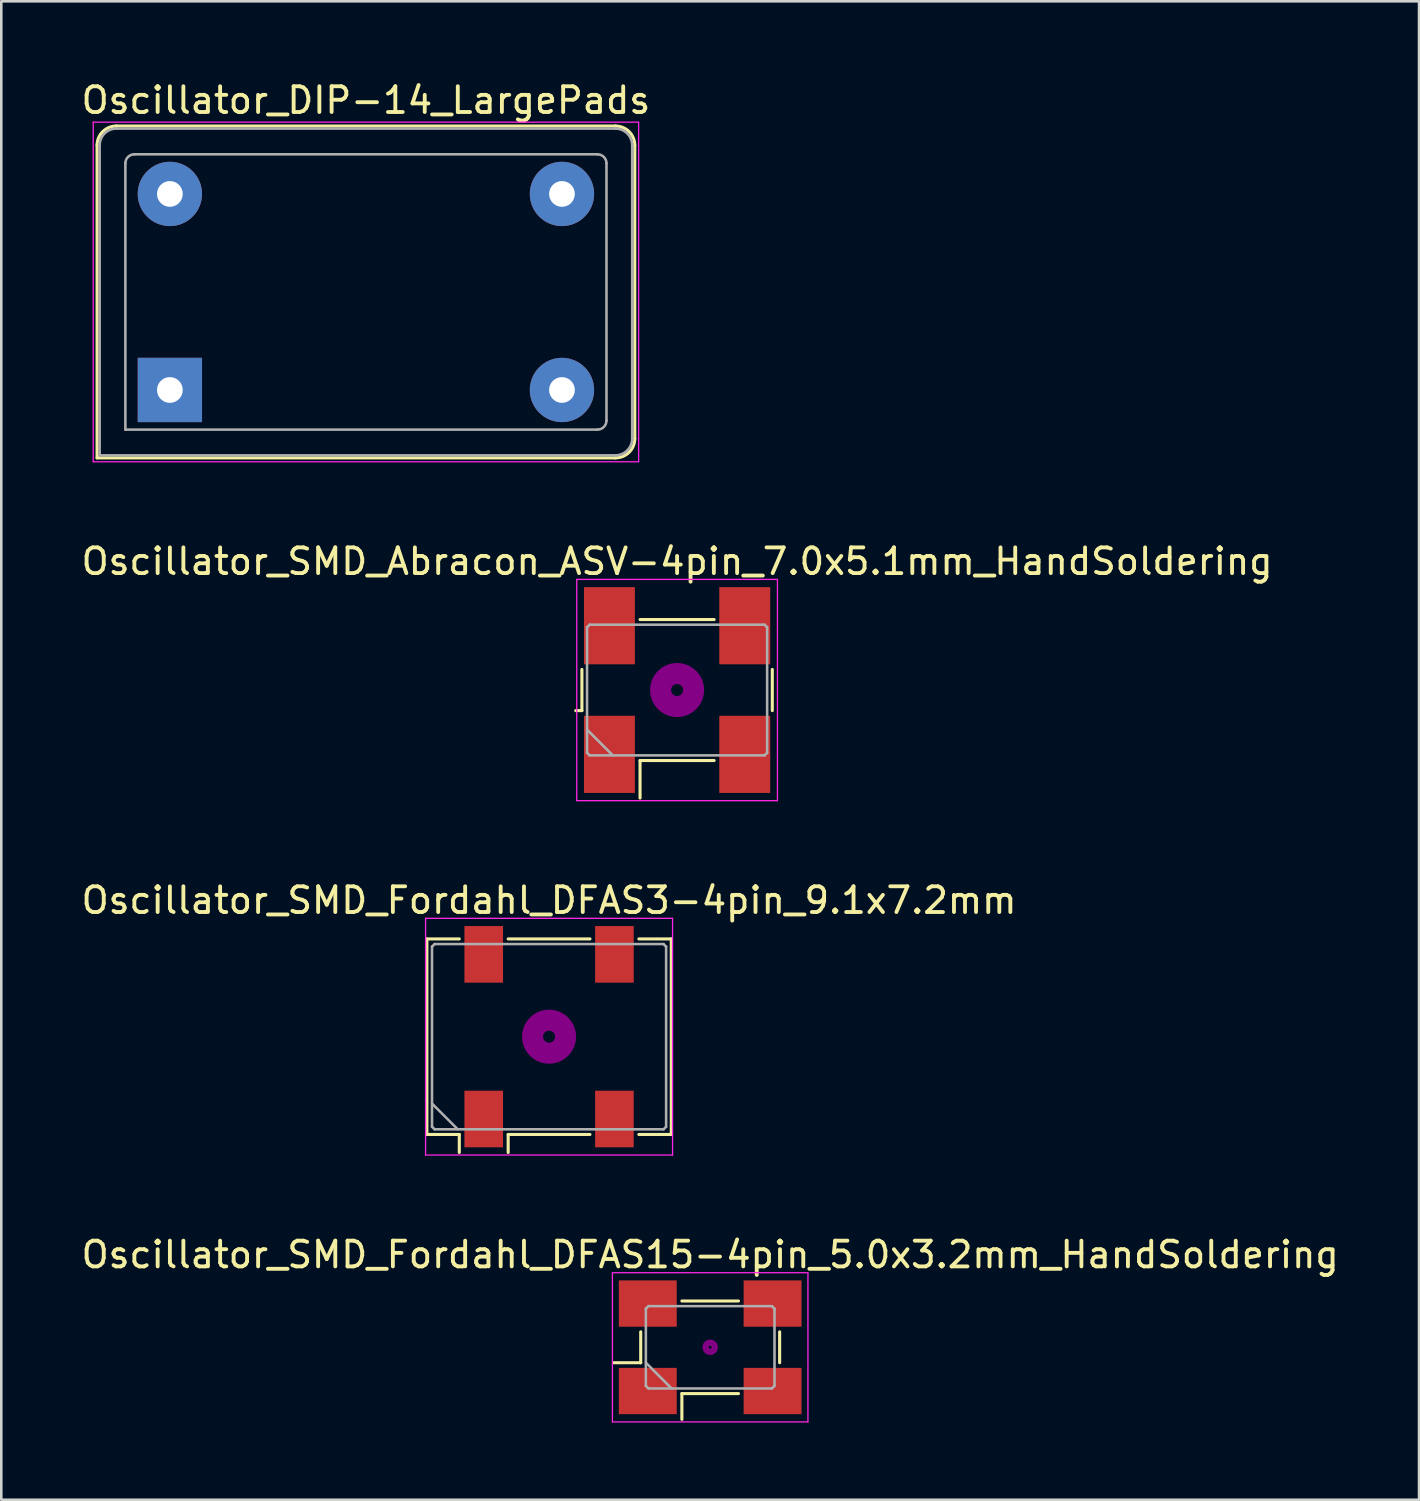
<source format=kicad_pcb>
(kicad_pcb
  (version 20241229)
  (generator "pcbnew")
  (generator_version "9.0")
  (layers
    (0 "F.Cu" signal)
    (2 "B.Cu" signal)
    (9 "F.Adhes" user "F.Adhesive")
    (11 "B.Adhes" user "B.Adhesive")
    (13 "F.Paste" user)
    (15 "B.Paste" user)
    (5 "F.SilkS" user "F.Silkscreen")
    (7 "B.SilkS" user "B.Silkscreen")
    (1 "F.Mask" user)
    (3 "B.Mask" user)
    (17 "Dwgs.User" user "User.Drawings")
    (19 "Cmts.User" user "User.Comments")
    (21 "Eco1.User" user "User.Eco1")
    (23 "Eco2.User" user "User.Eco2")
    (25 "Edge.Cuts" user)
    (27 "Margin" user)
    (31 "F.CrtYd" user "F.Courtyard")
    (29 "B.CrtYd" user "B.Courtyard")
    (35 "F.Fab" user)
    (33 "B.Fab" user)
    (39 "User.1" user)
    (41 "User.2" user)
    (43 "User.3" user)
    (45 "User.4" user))
  (footprint "Oscillator_SMD_Fordahl_DFAS15-4pin_5.0x3.2mm_HandSoldering"
    (layer "F.Cu")
    (at 24.554 49.318)
    (property "Reference" "Oscillator_SMD_Fordahl_DFAS15-4pin_5.0x3.2mm_HandSoldering" (at 0 -3.6 0) (layer "F.SilkS") (effects (font (size 1 1) (thickness 0.15))))
    (attr smd)
    (fp_line (start -3.75 0.6) (end -2.7 0.6) (stroke (width 0.12) (type solid)) (layer "F.SilkS"))
    (fp_line (start -2.7 0.6) (end -2.7 -0.6) (stroke (width 0.12) (type solid)) (layer "F.SilkS"))
    (fp_line (start -1.1 -1.8) (end 1.1 -1.8) (stroke (width 0.12) (type solid)) (layer "F.SilkS"))
    (fp_line (start -1.1 1.8) (end -1.1 2.8) (stroke (width 0.12) (type solid)) (layer "F.SilkS"))
    (fp_line (start 1.1 1.8) (end -1.1 1.8) (stroke (width 0.12) (type solid)) (layer "F.SilkS"))
    (fp_line (start 2.7 -0.6) (end 2.7 0.6) (stroke (width 0.12) (type solid)) (layer "F.SilkS"))
    (fp_circle (center 0 0) (end 0.058 0) (stroke (width 0.117) (type solid)) (fill no) (layer "F.Adhes"))
    (fp_circle (center 0 0) (end 0.133 0) (stroke (width 0.083) (type solid)) (fill no) (layer "F.Adhes"))
    (fp_circle (center 0 0) (end 0.208 0) (stroke (width 0.083) (type solid)) (fill no) (layer "F.Adhes"))
    (fp_circle (center 0 0) (end 0.25 0) (stroke (width 0.1) (type solid)) (fill no) (layer "F.Adhes"))
    (fp_line (start -3.8 -2.9) (end -3.8 2.9) (stroke (width 0.05) (type solid)) (layer "F.CrtYd"))
    (fp_line (start -3.8 2.9) (end 3.8 2.9) (stroke (width 0.05) (type solid)) (layer "F.CrtYd"))
    (fp_line (start 3.8 -2.9) (end -3.8 -2.9) (stroke (width 0.05) (type solid)) (layer "F.CrtYd"))
    (fp_line (start 3.8 2.9) (end 3.8 -2.9) (stroke (width 0.05) (type solid)) (layer "F.CrtYd"))
    (fp_line (start -2.5 -1.5) (end -2.4 -1.6) (stroke (width 0.1) (type solid)) (layer "F.Fab"))
    (fp_line (start -2.5 0.6) (end -1.5 1.6) (stroke (width 0.1) (type solid)) (layer "F.Fab"))
    (fp_line (start -2.5 1.5) (end -2.5 -1.5) (stroke (width 0.1) (type solid)) (layer "F.Fab"))
    (fp_line (start -2.4 -1.6) (end 2.4 -1.6) (stroke (width 0.1) (type solid)) (layer "F.Fab"))
    (fp_line (start -2.4 1.6) (end -2.5 1.5) (stroke (width 0.1) (type solid)) (layer "F.Fab"))
    (fp_line (start 2.4 -1.6) (end 2.5 -1.5) (stroke (width 0.1) (type solid)) (layer "F.Fab"))
    (fp_line (start 2.4 1.6) (end -2.4 1.6) (stroke (width 0.1) (type solid)) (layer "F.Fab"))
    (fp_line (start 2.5 -1.5) (end 2.5 1.5) (stroke (width 0.1) (type solid)) (layer "F.Fab"))
    (fp_line (start 2.5 1.5) (end 2.4 1.6) (stroke (width 0.1) (type solid)) (layer "F.Fab"))
    (pad "1" smd rect (at -2.425 1.7) (size 2.25 1.8) (layers "F.Cu" "F.Mask"))
    (pad "2" smd rect (at 2.425 1.7) (size 2.25 1.8) (layers "F.Cu" "F.Mask"))
    (pad "3" smd rect (at 2.425 -1.7) (size 2.25 1.8) (layers "F.Cu" "F.Mask"))
    (pad "4" smd rect (at -2.425 -1.7) (size 2.25 1.8) (layers "F.Cu" "F.Mask")))
  (footprint "Oscillator_SMD_Fordahl_DFAS3-4pin_9.1x7.2mm"
    (layer "F.Cu")
    (at 18.292 37.245)
    (property "Reference" "Oscillator_SMD_Fordahl_DFAS3-4pin_9.1x7.2mm" (at 0 -5.3 0) (layer "F.SilkS") (effects (font (size 1 1) (thickness 0.15))))
    (attr smd)
    (fp_line (start -4.75 -3.8) (end -3.49 -3.8) (stroke (width 0.12) (type solid)) (layer "F.SilkS"))
    (fp_line (start -4.75 3.8) (end -4.75 -3.8) (stroke (width 0.12) (type solid)) (layer "F.SilkS"))
    (fp_line (start -3.49 3.8) (end -4.75 3.8) (stroke (width 0.12) (type solid)) (layer "F.SilkS"))
    (fp_line (start -3.49 4.5) (end -3.49 3.8) (stroke (width 0.12) (type solid)) (layer "F.SilkS"))
    (fp_line (start -1.59 -3.8) (end 1.59 -3.8) (stroke (width 0.12) (type solid)) (layer "F.SilkS"))
    (fp_line (start -1.59 3.8) (end -1.59 4.5) (stroke (width 0.12) (type solid)) (layer "F.SilkS"))
    (fp_line (start 1.59 3.8) (end -1.59 3.8) (stroke (width 0.12) (type solid)) (layer "F.SilkS"))
    (fp_line (start 3.49 -3.8) (end 4.75 -3.8) (stroke (width 0.12) (type solid)) (layer "F.SilkS"))
    (fp_line (start 4.75 -3.8) (end 4.75 3.8) (stroke (width 0.12) (type solid)) (layer "F.SilkS"))
    (fp_line (start 4.75 3.8) (end 3.49 3.8) (stroke (width 0.12) (type solid)) (layer "F.SilkS"))
    (fp_circle (center 0 0) (end 0.233 0) (stroke (width 0.467) (type solid)) (fill no) (layer "F.Adhes"))
    (fp_circle (center 0 0) (end 0.533 0) (stroke (width 0.333) (type solid)) (fill no) (layer "F.Adhes"))
    (fp_circle (center 0 0) (end 0.833 0) (stroke (width 0.333) (type solid)) (fill no) (layer "F.Adhes"))
    (fp_circle (center 0 0) (end 1 0) (stroke (width 0.1) (type solid)) (fill no) (layer "F.Adhes"))
    (fp_line (start -4.8 -4.6) (end -4.8 4.6) (stroke (width 0.05) (type solid)) (layer "F.CrtYd"))
    (fp_line (start -4.8 4.6) (end 4.8 4.6) (stroke (width 0.05) (type solid)) (layer "F.CrtYd"))
    (fp_line (start 4.8 -4.6) (end -4.8 -4.6) (stroke (width 0.05) (type solid)) (layer "F.CrtYd"))
    (fp_line (start 4.8 4.6) (end 4.8 -4.6) (stroke (width 0.05) (type solid)) (layer "F.CrtYd"))
    (fp_line (start -4.55 -3.5) (end -4.45 -3.6) (stroke (width 0.1) (type solid)) (layer "F.Fab"))
    (fp_line (start -4.55 2.6) (end -3.55 3.6) (stroke (width 0.1) (type solid)) (layer "F.Fab"))
    (fp_line (start -4.55 3.5) (end -4.55 -3.5) (stroke (width 0.1) (type solid)) (layer "F.Fab"))
    (fp_line (start -4.45 -3.6) (end 4.45 -3.6) (stroke (width 0.1) (type solid)) (layer "F.Fab"))
    (fp_line (start -4.45 3.6) (end -4.55 3.5) (stroke (width 0.1) (type solid)) (layer "F.Fab"))
    (fp_line (start 4.45 -3.6) (end 4.55 -3.5) (stroke (width 0.1) (type solid)) (layer "F.Fab"))
    (fp_line (start 4.45 3.6) (end -4.45 3.6) (stroke (width 0.1) (type solid)) (layer "F.Fab"))
    (fp_line (start 4.55 -3.5) (end 4.55 3.5) (stroke (width 0.1) (type solid)) (layer "F.Fab"))
    (fp_line (start 4.55 3.5) (end 4.45 3.6) (stroke (width 0.1) (type solid)) (layer "F.Fab"))
    (pad "1" smd rect (at -2.54 3.2) (size 1.5 2.2) (layers "F.Cu" "F.Mask"))
    (pad "2" smd rect (at 2.54 3.2) (size 1.5 2.2) (layers "F.Cu" "F.Mask"))
    (pad "3" smd rect (at 2.54 -3.2) (size 1.5 2.2) (layers "F.Cu" "F.Mask"))
    (pad "4" smd rect (at -2.54 -3.2) (size 1.5 2.2) (layers "F.Cu" "F.Mask")))
  (footprint "Oscillator_SMD_Abracon_ASV-4pin_7.0x5.1mm_HandSoldering"
    (layer "F.Cu")
    (at 23.268 23.771)
    (property "Reference" "Oscillator_SMD_Abracon_ASV-4pin_7.0x5.1mm_HandSoldering" (at 0 -5 0) (layer "F.SilkS") (effects (font (size 1 1) (thickness 0.15))))
    (attr smd)
    (fp_line (start -3.94 0.8) (end -3.7 0.8) (stroke (width 0.12) (type solid)) (layer "F.SilkS"))
    (fp_line (start -3.7 0.8) (end -3.7 -0.8) (stroke (width 0.12) (type solid)) (layer "F.SilkS"))
    (fp_line (start -1.44 -2.74) (end 1.44 -2.74) (stroke (width 0.12) (type solid)) (layer "F.SilkS"))
    (fp_line (start -1.44 2.74) (end -1.44 4.2) (stroke (width 0.12) (type solid)) (layer "F.SilkS"))
    (fp_line (start 1.44 2.74) (end -1.44 2.74) (stroke (width 0.12) (type solid)) (layer "F.SilkS"))
    (fp_line (start 3.7 -0.8) (end 3.7 0.8) (stroke (width 0.12) (type solid)) (layer "F.SilkS"))
    (fp_circle (center 0 0) (end 0.233 0) (stroke (width 0.467) (type solid)) (fill no) (layer "F.Adhes"))
    (fp_circle (center 0 0) (end 0.533 0) (stroke (width 0.333) (type solid)) (fill no) (layer "F.Adhes"))
    (fp_circle (center 0 0) (end 0.833 0) (stroke (width 0.333) (type solid)) (fill no) (layer "F.Adhes"))
    (fp_circle (center 0 0) (end 1 0) (stroke (width 0.1) (type solid)) (fill no) (layer "F.Adhes"))
    (fp_line (start -3.9 -4.3) (end -3.9 4.3) (stroke (width 0.05) (type solid)) (layer "F.CrtYd"))
    (fp_line (start -3.9 4.3) (end 3.9 4.3) (stroke (width 0.05) (type solid)) (layer "F.CrtYd"))
    (fp_line (start 3.9 -4.3) (end -3.9 -4.3) (stroke (width 0.05) (type solid)) (layer "F.CrtYd"))
    (fp_line (start 3.9 4.3) (end 3.9 -4.3) (stroke (width 0.05) (type solid)) (layer "F.CrtYd"))
    (fp_line (start -3.5 -2.44) (end -3.4 -2.54) (stroke (width 0.1) (type solid)) (layer "F.Fab"))
    (fp_line (start -3.5 1.54) (end -2.5 2.54) (stroke (width 0.1) (type solid)) (layer "F.Fab"))
    (fp_line (start -3.5 2.44) (end -3.5 -2.44) (stroke (width 0.1) (type solid)) (layer "F.Fab"))
    (fp_line (start -3.4 -2.54) (end 3.4 -2.54) (stroke (width 0.1) (type solid)) (layer "F.Fab"))
    (fp_line (start -3.4 2.54) (end -3.5 2.44) (stroke (width 0.1) (type solid)) (layer "F.Fab"))
    (fp_line (start 3.4 -2.54) (end 3.5 -2.44) (stroke (width 0.1) (type solid)) (layer "F.Fab"))
    (fp_line (start 3.4 2.54) (end -3.4 2.54) (stroke (width 0.1) (type solid)) (layer "F.Fab"))
    (fp_line (start 3.5 -2.44) (end 3.5 2.44) (stroke (width 0.1) (type solid)) (layer "F.Fab"))
    (fp_line (start 3.5 2.44) (end 3.4 2.54) (stroke (width 0.1) (type solid)) (layer "F.Fab"))
    (pad "1" smd rect (at -2.63 2.5) (size 1.98 3) (layers "F.Cu" "F.Mask"))
    (pad "2" smd rect (at 2.63 2.5) (size 1.98 3) (layers "F.Cu" "F.Mask"))
    (pad "3" smd rect (at 2.63 -2.5) (size 1.98 3) (layers "F.Cu" "F.Mask"))
    (pad "4" smd rect (at -2.63 -2.5) (size 1.98 3) (layers "F.Cu" "F.Mask")))
  (footprint "Oscillator_DIP-14_LargePads"
    (layer "F.Cu")
    (at 3.553 12.108)
    (property "Reference" "Oscillator_DIP-14_LargePads" (at 7.62 -11.26 0) (layer "F.SilkS") (effects (font (size 1 1) (thickness 0.15))))
    (attr through_hole)
    (fp_line (start -2.83 -9.51) (end -2.83 2.64) (stroke (width 0.12) (type solid)) (layer "F.SilkS"))
    (fp_line (start -2.83 2.64) (end 17.32 2.64) (stroke (width 0.12) (type solid)) (layer "F.SilkS"))
    (fp_line (start 17.32 -10.26) (end -2.08 -10.26) (stroke (width 0.12) (type solid)) (layer "F.SilkS"))
    (fp_line (start 18.07 1.89) (end 18.07 -9.51) (stroke (width 0.12) (type solid)) (layer "F.SilkS"))
    (fp_arc (start -2.83 -9.51) (mid -2.61033 -10.04033) (end -2.08 -10.26) (stroke (width 0.12) (type solid)) (layer "F.SilkS"))
    (fp_arc (start 17.32 -10.26) (mid 17.85033 -10.04033) (end 18.07 -9.51) (stroke (width 0.12) (type solid)) (layer "F.SilkS"))
    (fp_arc (start 18.07 1.89) (mid 17.85033 2.42033) (end 17.32 2.64) (stroke (width 0.12) (type solid)) (layer "F.SilkS"))
    (fp_line (start -2.98 -10.41) (end -2.98 2.79) (stroke (width 0.05) (type solid)) (layer "F.CrtYd"))
    (fp_line (start -2.98 2.79) (end 18.22 2.79) (stroke (width 0.05) (type solid)) (layer "F.CrtYd"))
    (fp_line (start 18.22 -10.41) (end -2.98 -10.41) (stroke (width 0.05) (type solid)) (layer "F.CrtYd"))
    (fp_line (start 18.22 2.79) (end 18.22 -10.41) (stroke (width 0.05) (type solid)) (layer "F.CrtYd"))
    (fp_line (start -2.73 2.54) (end -2.73 -9.51) (stroke (width 0.1) (type solid)) (layer "F.Fab"))
    (fp_line (start -2.73 2.54) (end 17.32 2.54) (stroke (width 0.1) (type solid)) (layer "F.Fab"))
    (fp_line (start -2.08 -10.16) (end 17.32 -10.16) (stroke (width 0.1) (type solid)) (layer "F.Fab"))
    (fp_line (start -1.73 1.54) (end -1.73 -8.81) (stroke (width 0.1) (type solid)) (layer "F.Fab"))
    (fp_line (start -1.73 1.54) (end 16.62 1.54) (stroke (width 0.1) (type solid)) (layer "F.Fab"))
    (fp_line (start -1.38 -9.16) (end 16.62 -9.16) (stroke (width 0.1) (type solid)) (layer "F.Fab"))
    (fp_line (start 16.97 1.19) (end 16.97 -8.81) (stroke (width 0.1) (type solid)) (layer "F.Fab"))
    (fp_line (start 17.97 -9.51) (end 17.97 1.89) (stroke (width 0.1) (type solid)) (layer "F.Fab"))
    (fp_arc (start -2.73 -9.51) (mid -2.539619 -9.969619) (end -2.08 -10.16) (stroke (width 0.1) (type solid)) (layer "F.Fab"))
    (fp_arc (start -1.73 -8.81) (mid -1.627487 -9.057487) (end -1.38 -9.16) (stroke (width 0.1) (type solid)) (layer "F.Fab"))
    (fp_arc (start 16.62 -9.16) (mid 16.867487 -9.057487) (end 16.97 -8.81) (stroke (width 0.1) (type solid)) (layer "F.Fab"))
    (fp_arc (start 16.97 1.19) (mid 16.867487 1.437487) (end 16.62 1.54) (stroke (width 0.1) (type solid)) (layer "F.Fab"))
    (fp_arc (start 17.32 -10.16) (mid 17.779619 -9.969619) (end 17.97 -9.51) (stroke (width 0.1) (type solid)) (layer "F.Fab"))
    (fp_arc (start 17.97 1.89) (mid 17.779619 2.349619) (end 17.32 2.54) (stroke (width 0.1) (type solid)) (layer "F.Fab"))
    (pad "1" thru_hole rect (at 0 0) (size 2.5 2.5) (drill 1) (layers "*.Cu" "*.Mask"))
    (pad "7" thru_hole circle (at 15.24 0) (size 2.5 2.5) (drill 1) (layers "*.Cu" "*.Mask"))
    (pad "8" thru_hole circle (at 15.24 -7.62) (size 2.5 2.5) (drill 1) (layers "*.Cu" "*.Mask"))
    (pad "14" thru_hole circle (at 0 -7.62) (size 2.5 2.5) (drill 1) (layers "*.Cu" "*.Mask")))
  (gr_rect
    (start -3 -3)
    (end 52.107 55.243)
    (stroke (width 0.1) (type default))
    (fill no)
    (layer "Edge.Cuts")))
</source>
